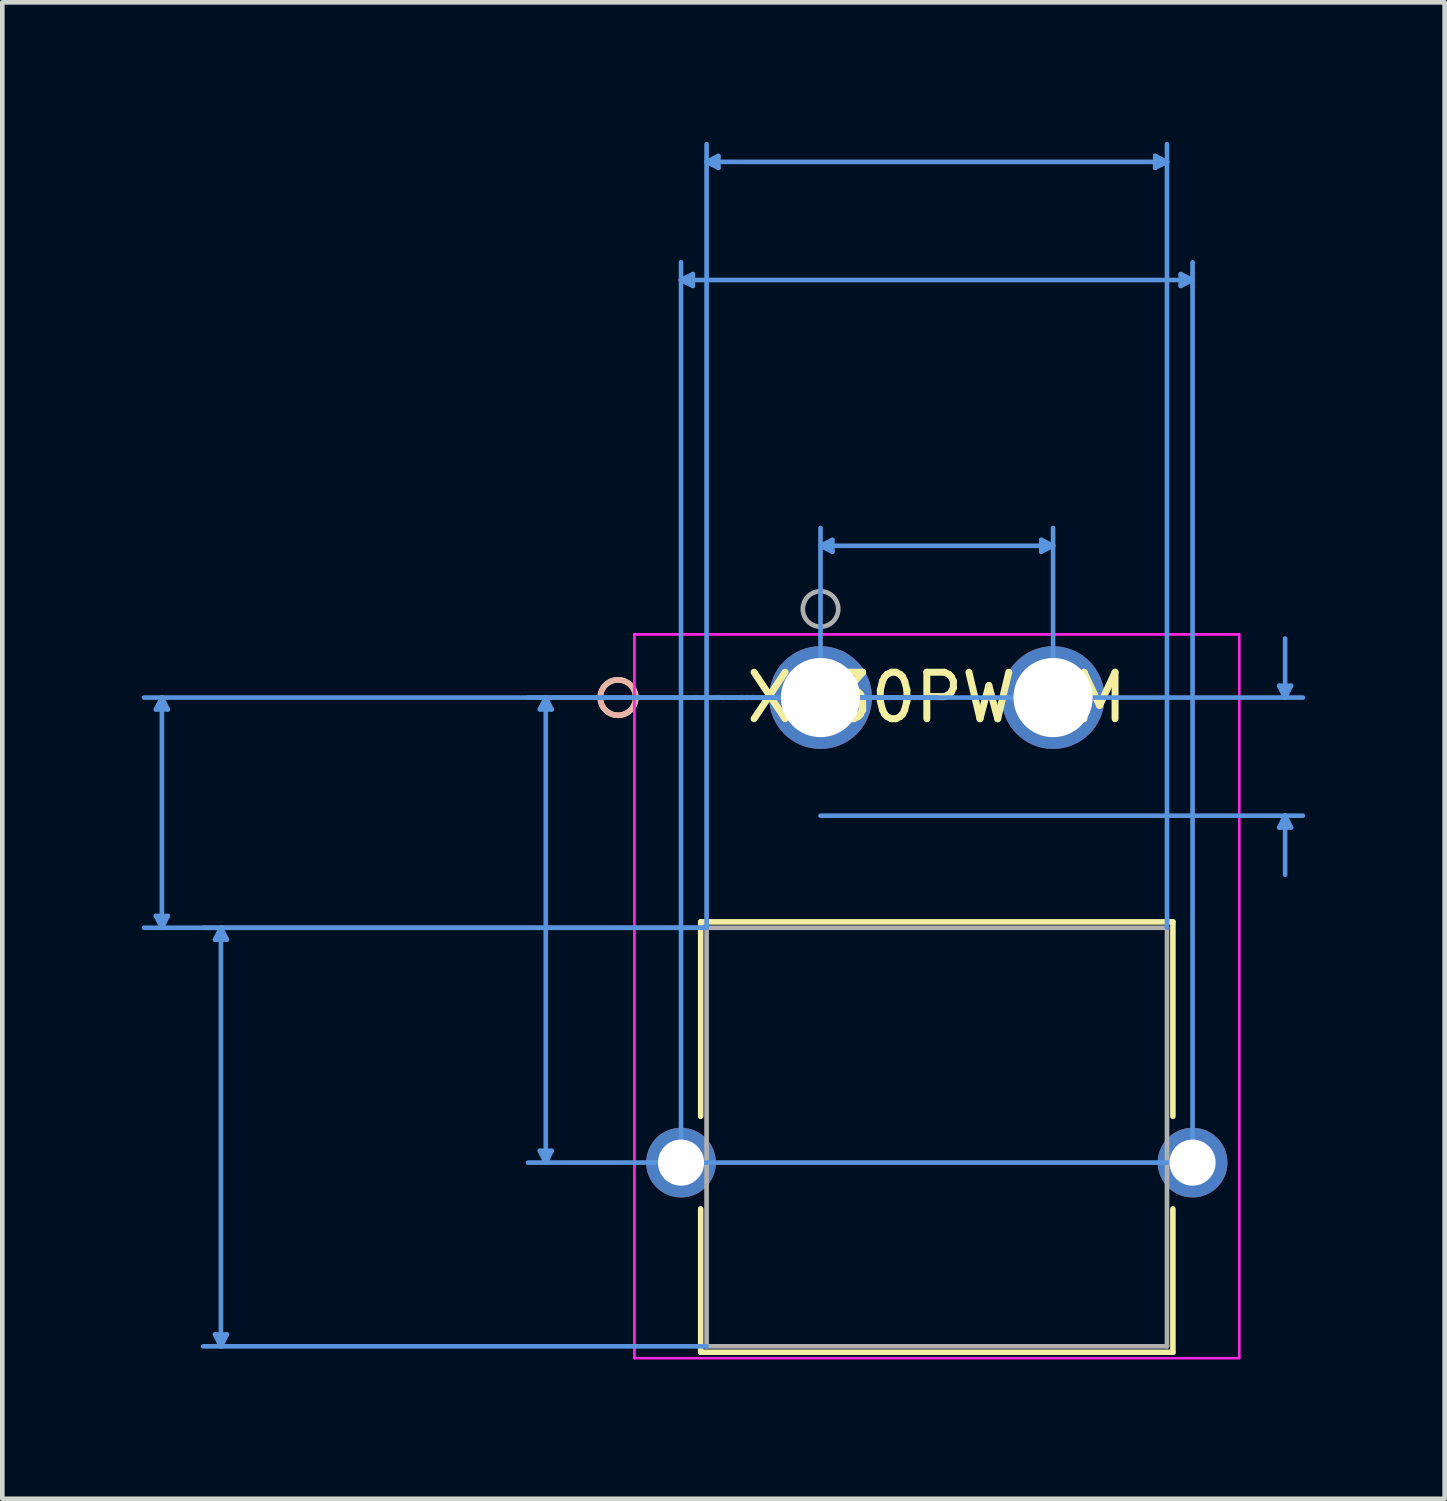
<source format=kicad_pcb>
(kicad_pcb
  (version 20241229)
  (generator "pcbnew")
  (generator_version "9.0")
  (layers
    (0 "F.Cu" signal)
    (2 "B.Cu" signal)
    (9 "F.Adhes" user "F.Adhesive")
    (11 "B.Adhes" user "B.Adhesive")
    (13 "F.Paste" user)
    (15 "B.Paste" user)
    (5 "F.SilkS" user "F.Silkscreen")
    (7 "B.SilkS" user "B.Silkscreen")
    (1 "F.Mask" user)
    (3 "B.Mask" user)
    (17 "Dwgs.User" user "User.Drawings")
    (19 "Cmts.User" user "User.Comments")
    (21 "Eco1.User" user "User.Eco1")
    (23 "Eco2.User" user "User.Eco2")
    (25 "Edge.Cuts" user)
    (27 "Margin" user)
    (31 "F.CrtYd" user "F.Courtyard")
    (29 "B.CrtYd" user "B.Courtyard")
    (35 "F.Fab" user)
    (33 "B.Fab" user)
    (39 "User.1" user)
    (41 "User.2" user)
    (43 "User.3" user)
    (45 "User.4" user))
  (footprint "XT30PW-M"
    (layer "F.Cu")
    (at 14.594 11.95)
    (property "Reference" "XT30PW-M" (at 2.5 0 0) (layer "F.SilkS") (effects (font (size 1 1) (thickness 0.15))))
    (attr through_hole)
    (fp_line (start -2.577 4.823) (end -2.577 9.004) (stroke (width 0.12) (type solid)) (layer "F.SilkS"))
    (fp_line (start -2.577 10.996) (end -2.577 14.077) (stroke (width 0.12) (type solid)) (layer "F.SilkS"))
    (fp_line (start -2.577 14.077) (end 7.577 14.077) (stroke (width 0.12) (type solid)) (layer "F.SilkS"))
    (fp_line (start 7.577 4.823) (end -2.577 4.823) (stroke (width 0.12) (type solid)) (layer "F.SilkS"))
    (fp_line (start 7.577 9.004) (end 7.577 4.823) (stroke (width 0.12) (type solid)) (layer "F.SilkS"))
    (fp_line (start 7.577 14.077) (end 7.577 10.996) (stroke (width 0.12) (type solid)) (layer "F.SilkS"))
    (fp_circle (center -4.355 0) (end -3.974 0) (stroke (width 0.12) (type solid)) (fill no) (layer "F.SilkS"))
    (fp_circle (center -4.355 0) (end -3.974 0) (stroke (width 0.12) (type solid)) (fill no) (layer "B.SilkS"))
    (fp_line (start -14.29 0.254) (end -14.036 0.254) (stroke (width 0.1) (type solid)) (layer "Cmts.User"))
    (fp_line (start -14.29 4.696) (end -14.036 4.696) (stroke (width 0.1) (type solid)) (layer "Cmts.User"))
    (fp_line (start -14.163 0) (end -14.29 0.254) (stroke (width 0.1) (type solid)) (layer "Cmts.User"))
    (fp_line (start -14.163 0) (end -14.163 4.95) (stroke (width 0.1) (type solid)) (layer "Cmts.User"))
    (fp_line (start -14.163 0) (end -14.036 0.254) (stroke (width 0.1) (type solid)) (layer "Cmts.User"))
    (fp_line (start -14.163 4.95) (end -14.29 4.696) (stroke (width 0.1) (type solid)) (layer "Cmts.User"))
    (fp_line (start -14.163 4.95) (end -14.036 4.696) (stroke (width 0.1) (type solid)) (layer "Cmts.User"))
    (fp_line (start -13.02 5.204) (end -12.766 5.204) (stroke (width 0.1) (type solid)) (layer "Cmts.User"))
    (fp_line (start -13.02 13.696) (end -12.766 13.696) (stroke (width 0.1) (type solid)) (layer "Cmts.User"))
    (fp_line (start -12.893 4.95) (end -13.02 5.204) (stroke (width 0.1) (type solid)) (layer "Cmts.User"))
    (fp_line (start -12.893 4.95) (end -12.893 13.95) (stroke (width 0.1) (type solid)) (layer "Cmts.User"))
    (fp_line (start -12.893 4.95) (end -12.766 5.204) (stroke (width 0.1) (type solid)) (layer "Cmts.User"))
    (fp_line (start -12.893 13.95) (end -13.02 13.696) (stroke (width 0.1) (type solid)) (layer "Cmts.User"))
    (fp_line (start -12.893 13.95) (end -12.766 13.696) (stroke (width 0.1) (type solid)) (layer "Cmts.User"))
    (fp_line (start -6.035 0.254) (end -5.781 0.254) (stroke (width 0.1) (type solid)) (layer "Cmts.User"))
    (fp_line (start -6.035 9.746) (end -5.781 9.746) (stroke (width 0.1) (type solid)) (layer "Cmts.User"))
    (fp_line (start -5.908 0) (end -6.035 0.254) (stroke (width 0.1) (type solid)) (layer "Cmts.User"))
    (fp_line (start -5.908 0) (end -5.908 10) (stroke (width 0.1) (type solid)) (layer "Cmts.User"))
    (fp_line (start -5.908 0) (end -5.781 0.254) (stroke (width 0.1) (type solid)) (layer "Cmts.User"))
    (fp_line (start -5.908 10) (end -6.035 9.746) (stroke (width 0.1) (type solid)) (layer "Cmts.User"))
    (fp_line (start -5.908 10) (end -5.781 9.746) (stroke (width 0.1) (type solid)) (layer "Cmts.User"))
    (fp_line (start -3 -8.979) (end -2.746 -9.106) (stroke (width 0.1) (type solid)) (layer "Cmts.User"))
    (fp_line (start -3 -8.979) (end -2.746 -8.852) (stroke (width 0.1) (type solid)) (layer "Cmts.User"))
    (fp_line (start -3 -8.979) (end 8 -8.979) (stroke (width 0.1) (type solid)) (layer "Cmts.User"))
    (fp_line (start -3 10) (end -3 -9.36) (stroke (width 0.1) (type solid)) (layer "Cmts.User"))
    (fp_line (start -2.746 -9.106) (end -2.746 -8.852) (stroke (width 0.1) (type solid)) (layer "Cmts.User"))
    (fp_line (start -2.45 -11.519) (end -2.196 -11.646) (stroke (width 0.1) (type solid)) (layer "Cmts.User"))
    (fp_line (start -2.45 -11.519) (end -2.196 -11.392) (stroke (width 0.1) (type solid)) (layer "Cmts.User"))
    (fp_line (start -2.45 -11.519) (end 7.45 -11.519) (stroke (width 0.1) (type solid)) (layer "Cmts.User"))
    (fp_line (start -2.45 4.95) (end -14.544 4.95) (stroke (width 0.1) (type solid)) (layer "Cmts.User"))
    (fp_line (start -2.45 4.95) (end -13.274 4.95) (stroke (width 0.1) (type solid)) (layer "Cmts.User"))
    (fp_line (start -2.45 4.95) (end -2.45 -11.9) (stroke (width 0.1) (type solid)) (layer "Cmts.User"))
    (fp_line (start -2.45 13.95) (end -13.274 13.95) (stroke (width 0.1) (type solid)) (layer "Cmts.User"))
    (fp_line (start -2.196 -11.646) (end -2.196 -11.392) (stroke (width 0.1) (type solid)) (layer "Cmts.User"))
    (fp_line (start 0 -3.264) (end 0.254 -3.391) (stroke (width 0.1) (type solid)) (layer "Cmts.User"))
    (fp_line (start 0 -3.264) (end 0.254 -3.137) (stroke (width 0.1) (type solid)) (layer "Cmts.User"))
    (fp_line (start 0 -3.264) (end 5 -3.264) (stroke (width 0.1) (type solid)) (layer "Cmts.User"))
    (fp_line (start 0 0) (end 0 -3.645) (stroke (width 0.1) (type solid)) (layer "Cmts.User"))
    (fp_line (start 0 0) (end 10.371 0) (stroke (width 0.1) (type solid)) (layer "Cmts.User"))
    (fp_line (start 0 2.54) (end 10.371 2.54) (stroke (width 0.1) (type solid)) (layer "Cmts.User"))
    (fp_line (start 0.254 -3.391) (end 0.254 -3.137) (stroke (width 0.1) (type solid)) (layer "Cmts.User"))
    (fp_line (start 2.5 0) (end -14.544 0) (stroke (width 0.1) (type solid)) (layer "Cmts.User"))
    (fp_line (start 2.5 0) (end -6.289 0) (stroke (width 0.1) (type solid)) (layer "Cmts.User"))
    (fp_line (start 4.746 -3.391) (end 4.746 -3.137) (stroke (width 0.1) (type solid)) (layer "Cmts.User"))
    (fp_line (start 5 -3.264) (end 4.746 -3.391) (stroke (width 0.1) (type solid)) (layer "Cmts.User"))
    (fp_line (start 5 -3.264) (end 4.746 -3.137) (stroke (width 0.1) (type solid)) (layer "Cmts.User"))
    (fp_line (start 5 0) (end 5 -3.645) (stroke (width 0.1) (type solid)) (layer "Cmts.User"))
    (fp_line (start 7.196 -11.646) (end 7.196 -11.392) (stroke (width 0.1) (type solid)) (layer "Cmts.User"))
    (fp_line (start 7.45 -11.519) (end 7.196 -11.646) (stroke (width 0.1) (type solid)) (layer "Cmts.User"))
    (fp_line (start 7.45 -11.519) (end 7.196 -11.392) (stroke (width 0.1) (type solid)) (layer "Cmts.User"))
    (fp_line (start 7.45 4.95) (end 7.45 -11.9) (stroke (width 0.1) (type solid)) (layer "Cmts.User"))
    (fp_line (start 7.746 -9.106) (end 7.746 -8.852) (stroke (width 0.1) (type solid)) (layer "Cmts.User"))
    (fp_line (start 8 -8.979) (end 7.746 -9.106) (stroke (width 0.1) (type solid)) (layer "Cmts.User"))
    (fp_line (start 8 -8.979) (end 7.746 -8.852) (stroke (width 0.1) (type solid)) (layer "Cmts.User"))
    (fp_line (start 8 10) (end -6.289 10) (stroke (width 0.1) (type solid)) (layer "Cmts.User"))
    (fp_line (start 8 10) (end 8 -9.36) (stroke (width 0.1) (type solid)) (layer "Cmts.User"))
    (fp_line (start 9.863 -0.254) (end 10.117 -0.254) (stroke (width 0.1) (type solid)) (layer "Cmts.User"))
    (fp_line (start 9.863 2.794) (end 10.117 2.794) (stroke (width 0.1) (type solid)) (layer "Cmts.User"))
    (fp_line (start 9.99 0) (end 9.863 -0.254) (stroke (width 0.1) (type solid)) (layer "Cmts.User"))
    (fp_line (start 9.99 0) (end 9.99 -1.27) (stroke (width 0.1) (type solid)) (layer "Cmts.User"))
    (fp_line (start 9.99 0) (end 10.117 -0.254) (stroke (width 0.1) (type solid)) (layer "Cmts.User"))
    (fp_line (start 9.99 2.54) (end 9.863 2.794) (stroke (width 0.1) (type solid)) (layer "Cmts.User"))
    (fp_line (start 9.99 2.54) (end 9.99 3.81) (stroke (width 0.1) (type solid)) (layer "Cmts.User"))
    (fp_line (start 9.99 2.54) (end 10.117 2.794) (stroke (width 0.1) (type solid)) (layer "Cmts.User"))
    (fp_line (start -4.003 -1.359) (end -4.003 14.204) (stroke (width 0.05) (type solid)) (layer "F.CrtYd"))
    (fp_line (start -4.003 -1.359) (end -4.003 14.204) (stroke (width 0.05) (type solid)) (layer "F.CrtYd"))
    (fp_line (start -4.003 14.204) (end 9.003 14.204) (stroke (width 0.05) (type solid)) (layer "F.CrtYd"))
    (fp_line (start -4.003 14.204) (end 9.003 14.204) (stroke (width 0.05) (type solid)) (layer "F.CrtYd"))
    (fp_line (start 9.003 -1.359) (end -4.003 -1.359) (stroke (width 0.05) (type solid)) (layer "F.CrtYd"))
    (fp_line (start 9.003 -1.359) (end -4.003 -1.359) (stroke (width 0.05) (type solid)) (layer "F.CrtYd"))
    (fp_line (start 9.003 14.204) (end 9.003 -1.359) (stroke (width 0.05) (type solid)) (layer "F.CrtYd"))
    (fp_line (start 9.003 14.204) (end 9.003 -1.359) (stroke (width 0.05) (type solid)) (layer "F.CrtYd"))
    (fp_line (start -2.45 4.95) (end -2.45 13.95) (stroke (width 0.1) (type solid)) (layer "F.Fab"))
    (fp_line (start -2.45 13.95) (end 7.45 13.95) (stroke (width 0.1) (type solid)) (layer "F.Fab"))
    (fp_line (start 7.45 4.95) (end -2.45 4.95) (stroke (width 0.1) (type solid)) (layer "F.Fab"))
    (fp_line (start 7.45 13.95) (end 7.45 4.95) (stroke (width 0.1) (type solid)) (layer "F.Fab"))
    (fp_circle (center 0 -1.905) (end 0.381 -1.905) (stroke (width 0.1) (type solid)) (fill no) (layer "F.Fab"))
    (fp_text user "*" (at 0 0 0) (layer "F.SilkS") (effects (font (size 1 1) (thickness 0.15))))
    (fp_text user "Copyright 2021 Accelerated Designs. All rights reserved." (at 0 0 0) (layer "Cmts.User") (effects (font (size 0.127 0.127) (thickness 0.002))))
    (fp_text user "*" (at 0 0 0) (layer "F.Fab") (effects (font (size 1 1) (thickness 0.15))))
    (pad "1" thru_hole circle (at 0 0) (size 2.21 2.21) (drill 1.702) (layers "*.Cu" "*.Mask"))
    (pad "2" thru_hole circle (at 5 0) (size 2.21 2.21) (drill 1.702) (layers "*.Cu" "*.Mask"))
    (pad "3" thru_hole circle (at -3 10) (size 1.499 1.499) (drill 0.991) (layers "*.Cu" "*.Mask"))
    (pad "4" thru_hole circle (at 8 10) (size 1.499 1.499) (drill 0.991) (layers "*.Cu" "*.Mask")))
  (gr_rect
    (start -3 -3)
    (end 28.015 29.179)
    (stroke (width 0.1) (type default))
    (fill no)
    (layer "Edge.Cuts")))
</source>
